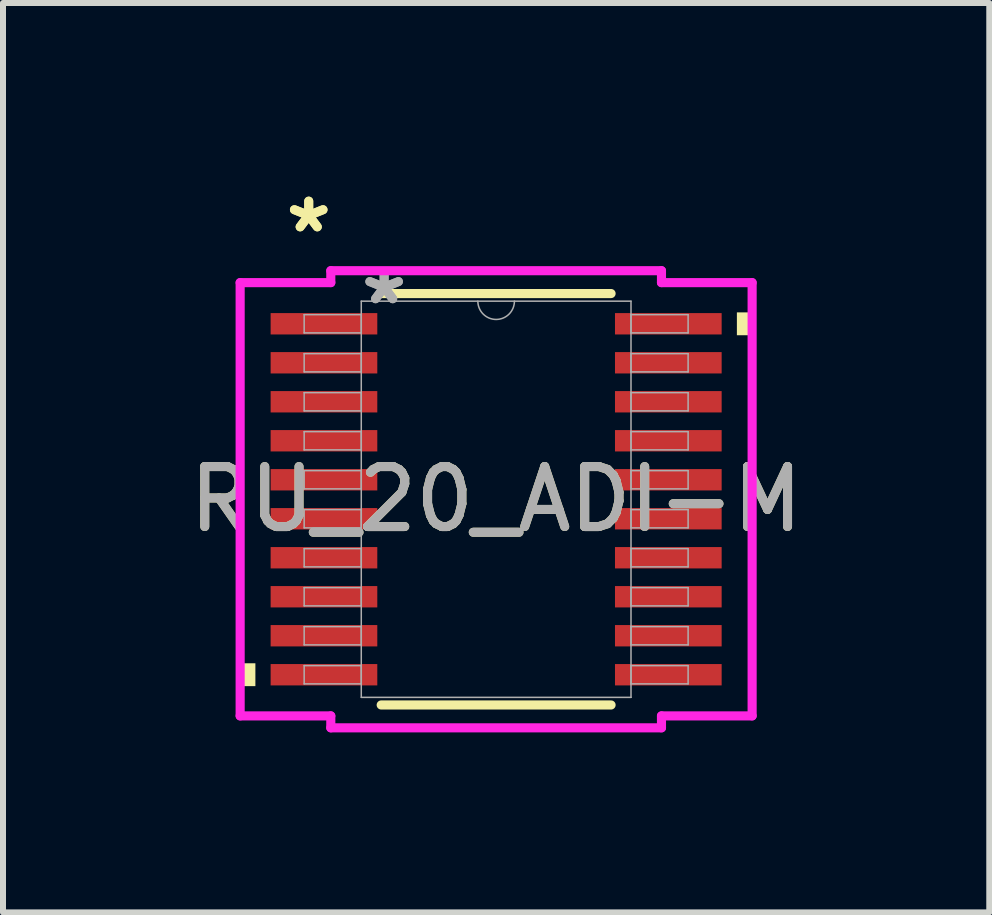
<source format=kicad_pcb>
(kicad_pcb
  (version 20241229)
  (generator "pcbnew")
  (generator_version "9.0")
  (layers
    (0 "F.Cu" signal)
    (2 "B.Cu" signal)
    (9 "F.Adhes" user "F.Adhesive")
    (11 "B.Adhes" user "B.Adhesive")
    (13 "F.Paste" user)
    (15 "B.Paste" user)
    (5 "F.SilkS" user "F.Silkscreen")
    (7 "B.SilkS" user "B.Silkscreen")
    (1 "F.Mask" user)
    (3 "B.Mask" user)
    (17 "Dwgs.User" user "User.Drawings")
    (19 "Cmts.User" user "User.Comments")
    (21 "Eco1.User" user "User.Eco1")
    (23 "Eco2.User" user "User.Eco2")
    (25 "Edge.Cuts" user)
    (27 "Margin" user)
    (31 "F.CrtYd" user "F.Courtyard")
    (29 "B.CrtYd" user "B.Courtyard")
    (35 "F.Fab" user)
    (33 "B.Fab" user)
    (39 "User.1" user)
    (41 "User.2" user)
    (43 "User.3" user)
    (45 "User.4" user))
  (footprint "RU_20_ADI-M"
    (layer "F.Cu")
    (at 5.22 5.272)
    (property "Reference" "RU_20_ADI-M" (at 0 0 0) (unlocked yes) (layer "F.SilkS") (effects (font (size 1 1) (thickness 0.15))))
    (attr smd)
    (fp_line (start -1.916 3.429) (end 1.916 3.429) (stroke (width 0.152) (type solid)) (layer "F.SilkS"))
    (fp_line (start 1.916 -3.429) (end -1.916 -3.429) (stroke (width 0.152) (type solid)) (layer "F.SilkS"))
    (fp_poly (pts (xy -4.267 2.734) (xy -4.267 3.115) (xy -4.013 3.115) (xy -4.013 2.734)) (stroke (width 0) (type solid)) (fill yes) (layer "F.SilkS"))
    (fp_poly (pts (xy 4.267 -3.115) (xy 4.267 -2.734) (xy 4.013 -2.734) (xy 4.013 -3.115)) (stroke (width 0) (type solid)) (fill yes) (layer "F.SilkS"))
    (fp_line (start -4.267 -3.611) (end -2.756 -3.611) (stroke (width 0.152) (type solid)) (layer "F.CrtYd"))
    (fp_line (start -4.267 3.611) (end -4.267 -3.611) (stroke (width 0.152) (type solid)) (layer "F.CrtYd"))
    (fp_line (start -4.267 3.611) (end -2.756 3.611) (stroke (width 0.152) (type solid)) (layer "F.CrtYd"))
    (fp_line (start -2.756 -3.81) (end 2.756 -3.81) (stroke (width 0.152) (type solid)) (layer "F.CrtYd"))
    (fp_line (start -2.756 -3.611) (end -2.756 -3.81) (stroke (width 0.152) (type solid)) (layer "F.CrtYd"))
    (fp_line (start -2.756 3.81) (end -2.756 3.611) (stroke (width 0.152) (type solid)) (layer "F.CrtYd"))
    (fp_line (start 2.756 -3.81) (end 2.756 -3.611) (stroke (width 0.152) (type solid)) (layer "F.CrtYd"))
    (fp_line (start 2.756 3.611) (end 2.756 3.81) (stroke (width 0.152) (type solid)) (layer "F.CrtYd"))
    (fp_line (start 2.756 3.81) (end -2.756 3.81) (stroke (width 0.152) (type solid)) (layer "F.CrtYd"))
    (fp_line (start 4.267 -3.611) (end 2.756 -3.611) (stroke (width 0.152) (type solid)) (layer "F.CrtYd"))
    (fp_line (start 4.267 -3.611) (end 4.267 3.611) (stroke (width 0.152) (type solid)) (layer "F.CrtYd"))
    (fp_line (start 4.267 3.611) (end 2.756 3.611) (stroke (width 0.152) (type solid)) (layer "F.CrtYd"))
    (fp_line (start -3.2 -3.077) (end -3.2 -2.773) (stroke (width 0.025) (type solid)) (layer "F.Fab"))
    (fp_line (start -3.2 -2.773) (end -2.248 -2.773) (stroke (width 0.025) (type solid)) (layer "F.Fab"))
    (fp_line (start -3.2 -2.427) (end -3.2 -2.123) (stroke (width 0.025) (type solid)) (layer "F.Fab"))
    (fp_line (start -3.2 -2.123) (end -2.248 -2.123) (stroke (width 0.025) (type solid)) (layer "F.Fab"))
    (fp_line (start -3.2 -1.777) (end -3.2 -1.473) (stroke (width 0.025) (type solid)) (layer "F.Fab"))
    (fp_line (start -3.2 -1.473) (end -2.248 -1.473) (stroke (width 0.025) (type solid)) (layer "F.Fab"))
    (fp_line (start -3.2 -1.127) (end -3.2 -0.823) (stroke (width 0.025) (type solid)) (layer "F.Fab"))
    (fp_line (start -3.2 -0.823) (end -2.248 -0.823) (stroke (width 0.025) (type solid)) (layer "F.Fab"))
    (fp_line (start -3.2 -0.477) (end -3.2 -0.173) (stroke (width 0.025) (type solid)) (layer "F.Fab"))
    (fp_line (start -3.2 -0.173) (end -2.248 -0.173) (stroke (width 0.025) (type solid)) (layer "F.Fab"))
    (fp_line (start -3.2 0.173) (end -3.2 0.477) (stroke (width 0.025) (type solid)) (layer "F.Fab"))
    (fp_line (start -3.2 0.477) (end -2.248 0.477) (stroke (width 0.025) (type solid)) (layer "F.Fab"))
    (fp_line (start -3.2 0.823) (end -3.2 1.127) (stroke (width 0.025) (type solid)) (layer "F.Fab"))
    (fp_line (start -3.2 1.127) (end -2.248 1.127) (stroke (width 0.025) (type solid)) (layer "F.Fab"))
    (fp_line (start -3.2 1.473) (end -3.2 1.777) (stroke (width 0.025) (type solid)) (layer "F.Fab"))
    (fp_line (start -3.2 1.777) (end -2.248 1.777) (stroke (width 0.025) (type solid)) (layer "F.Fab"))
    (fp_line (start -3.2 2.123) (end -3.2 2.427) (stroke (width 0.025) (type solid)) (layer "F.Fab"))
    (fp_line (start -3.2 2.427) (end -2.248 2.427) (stroke (width 0.025) (type solid)) (layer "F.Fab"))
    (fp_line (start -3.2 2.773) (end -3.2 3.077) (stroke (width 0.025) (type solid)) (layer "F.Fab"))
    (fp_line (start -3.2 3.077) (end -2.248 3.077) (stroke (width 0.025) (type solid)) (layer "F.Fab"))
    (fp_line (start -2.248 -3.302) (end -2.248 3.302) (stroke (width 0.025) (type solid)) (layer "F.Fab"))
    (fp_line (start -2.248 -3.077) (end -3.2 -3.077) (stroke (width 0.025) (type solid)) (layer "F.Fab"))
    (fp_line (start -2.248 -2.773) (end -2.248 -3.077) (stroke (width 0.025) (type solid)) (layer "F.Fab"))
    (fp_line (start -2.248 -2.427) (end -3.2 -2.427) (stroke (width 0.025) (type solid)) (layer "F.Fab"))
    (fp_line (start -2.248 -2.123) (end -2.248 -2.427) (stroke (width 0.025) (type solid)) (layer "F.Fab"))
    (fp_line (start -2.248 -1.777) (end -3.2 -1.777) (stroke (width 0.025) (type solid)) (layer "F.Fab"))
    (fp_line (start -2.248 -1.473) (end -2.248 -1.777) (stroke (width 0.025) (type solid)) (layer "F.Fab"))
    (fp_line (start -2.248 -1.127) (end -3.2 -1.127) (stroke (width 0.025) (type solid)) (layer "F.Fab"))
    (fp_line (start -2.248 -0.823) (end -2.248 -1.127) (stroke (width 0.025) (type solid)) (layer "F.Fab"))
    (fp_line (start -2.248 -0.477) (end -3.2 -0.477) (stroke (width 0.025) (type solid)) (layer "F.Fab"))
    (fp_line (start -2.248 -0.173) (end -2.248 -0.477) (stroke (width 0.025) (type solid)) (layer "F.Fab"))
    (fp_line (start -2.248 0.173) (end -3.2 0.173) (stroke (width 0.025) (type solid)) (layer "F.Fab"))
    (fp_line (start -2.248 0.477) (end -2.248 0.173) (stroke (width 0.025) (type solid)) (layer "F.Fab"))
    (fp_line (start -2.248 0.823) (end -3.2 0.823) (stroke (width 0.025) (type solid)) (layer "F.Fab"))
    (fp_line (start -2.248 1.127) (end -2.248 0.823) (stroke (width 0.025) (type solid)) (layer "F.Fab"))
    (fp_line (start -2.248 1.473) (end -3.2 1.473) (stroke (width 0.025) (type solid)) (layer "F.Fab"))
    (fp_line (start -2.248 1.777) (end -2.248 1.473) (stroke (width 0.025) (type solid)) (layer "F.Fab"))
    (fp_line (start -2.248 2.123) (end -3.2 2.123) (stroke (width 0.025) (type solid)) (layer "F.Fab"))
    (fp_line (start -2.248 2.427) (end -2.248 2.123) (stroke (width 0.025) (type solid)) (layer "F.Fab"))
    (fp_line (start -2.248 2.773) (end -3.2 2.773) (stroke (width 0.025) (type solid)) (layer "F.Fab"))
    (fp_line (start -2.248 3.077) (end -2.248 2.773) (stroke (width 0.025) (type solid)) (layer "F.Fab"))
    (fp_line (start -2.248 3.302) (end 2.248 3.302) (stroke (width 0.025) (type solid)) (layer "F.Fab"))
    (fp_line (start 2.248 -3.302) (end -2.248 -3.302) (stroke (width 0.025) (type solid)) (layer "F.Fab"))
    (fp_line (start 2.248 -3.077) (end 2.248 -2.773) (stroke (width 0.025) (type solid)) (layer "F.Fab"))
    (fp_line (start 2.248 -2.773) (end 3.2 -2.773) (stroke (width 0.025) (type solid)) (layer "F.Fab"))
    (fp_line (start 2.248 -2.427) (end 2.248 -2.123) (stroke (width 0.025) (type solid)) (layer "F.Fab"))
    (fp_line (start 2.248 -2.123) (end 3.2 -2.123) (stroke (width 0.025) (type solid)) (layer "F.Fab"))
    (fp_line (start 2.248 -1.777) (end 2.248 -1.473) (stroke (width 0.025) (type solid)) (layer "F.Fab"))
    (fp_line (start 2.248 -1.473) (end 3.2 -1.473) (stroke (width 0.025) (type solid)) (layer "F.Fab"))
    (fp_line (start 2.248 -1.127) (end 2.248 -0.823) (stroke (width 0.025) (type solid)) (layer "F.Fab"))
    (fp_line (start 2.248 -0.823) (end 3.2 -0.823) (stroke (width 0.025) (type solid)) (layer "F.Fab"))
    (fp_line (start 2.248 -0.477) (end 2.248 -0.173) (stroke (width 0.025) (type solid)) (layer "F.Fab"))
    (fp_line (start 2.248 -0.173) (end 3.2 -0.173) (stroke (width 0.025) (type solid)) (layer "F.Fab"))
    (fp_line (start 2.248 0.173) (end 2.248 0.477) (stroke (width 0.025) (type solid)) (layer "F.Fab"))
    (fp_line (start 2.248 0.477) (end 3.2 0.477) (stroke (width 0.025) (type solid)) (layer "F.Fab"))
    (fp_line (start 2.248 0.823) (end 2.248 1.127) (stroke (width 0.025) (type solid)) (layer "F.Fab"))
    (fp_line (start 2.248 1.127) (end 3.2 1.127) (stroke (width 0.025) (type solid)) (layer "F.Fab"))
    (fp_line (start 2.248 1.473) (end 2.248 1.777) (stroke (width 0.025) (type solid)) (layer "F.Fab"))
    (fp_line (start 2.248 1.777) (end 3.2 1.777) (stroke (width 0.025) (type solid)) (layer "F.Fab"))
    (fp_line (start 2.248 2.123) (end 2.248 2.427) (stroke (width 0.025) (type solid)) (layer "F.Fab"))
    (fp_line (start 2.248 2.427) (end 3.2 2.427) (stroke (width 0.025) (type solid)) (layer "F.Fab"))
    (fp_line (start 2.248 2.773) (end 2.248 3.077) (stroke (width 0.025) (type solid)) (layer "F.Fab"))
    (fp_line (start 2.248 3.077) (end 3.2 3.077) (stroke (width 0.025) (type solid)) (layer "F.Fab"))
    (fp_line (start 2.248 3.302) (end 2.248 -3.302) (stroke (width 0.025) (type solid)) (layer "F.Fab"))
    (fp_line (start 3.2 -3.077) (end 2.248 -3.077) (stroke (width 0.025) (type solid)) (layer "F.Fab"))
    (fp_line (start 3.2 -2.773) (end 3.2 -3.077) (stroke (width 0.025) (type solid)) (layer "F.Fab"))
    (fp_line (start 3.2 -2.427) (end 2.248 -2.427) (stroke (width 0.025) (type solid)) (layer "F.Fab"))
    (fp_line (start 3.2 -2.123) (end 3.2 -2.427) (stroke (width 0.025) (type solid)) (layer "F.Fab"))
    (fp_line (start 3.2 -1.777) (end 2.248 -1.777) (stroke (width 0.025) (type solid)) (layer "F.Fab"))
    (fp_line (start 3.2 -1.473) (end 3.2 -1.777) (stroke (width 0.025) (type solid)) (layer "F.Fab"))
    (fp_line (start 3.2 -1.127) (end 2.248 -1.127) (stroke (width 0.025) (type solid)) (layer "F.Fab"))
    (fp_line (start 3.2 -0.823) (end 3.2 -1.127) (stroke (width 0.025) (type solid)) (layer "F.Fab"))
    (fp_line (start 3.2 -0.477) (end 2.248 -0.477) (stroke (width 0.025) (type solid)) (layer "F.Fab"))
    (fp_line (start 3.2 -0.173) (end 3.2 -0.477) (stroke (width 0.025) (type solid)) (layer "F.Fab"))
    (fp_line (start 3.2 0.173) (end 2.248 0.173) (stroke (width 0.025) (type solid)) (layer "F.Fab"))
    (fp_line (start 3.2 0.477) (end 3.2 0.173) (stroke (width 0.025) (type solid)) (layer "F.Fab"))
    (fp_line (start 3.2 0.823) (end 2.248 0.823) (stroke (width 0.025) (type solid)) (layer "F.Fab"))
    (fp_line (start 3.2 1.127) (end 3.2 0.823) (stroke (width 0.025) (type solid)) (layer "F.Fab"))
    (fp_line (start 3.2 1.473) (end 2.248 1.473) (stroke (width 0.025) (type solid)) (layer "F.Fab"))
    (fp_line (start 3.2 1.777) (end 3.2 1.473) (stroke (width 0.025) (type solid)) (layer "F.Fab"))
    (fp_line (start 3.2 2.123) (end 2.248 2.123) (stroke (width 0.025) (type solid)) (layer "F.Fab"))
    (fp_line (start 3.2 2.427) (end 3.2 2.123) (stroke (width 0.025) (type solid)) (layer "F.Fab"))
    (fp_line (start 3.2 2.773) (end 2.248 2.773) (stroke (width 0.025) (type solid)) (layer "F.Fab"))
    (fp_line (start 3.2 3.077) (end 3.2 2.773) (stroke (width 0.025) (type solid)) (layer "F.Fab"))
    (fp_arc (start 0.3048 -3.302) (mid 0 -2.9972) (end -0.3048 -3.302) (stroke (width 0.0254) (type solid)) (layer "F.Fab"))
    (fp_text user "*" (at -3.124 -4.424 0) (layer "F.SilkS") (effects (font (size 1 1) (thickness 0.15))))
    (fp_text user "*" (at -3.124 -4.424 0) (unlocked yes) (layer "F.SilkS") (effects (font (size 1 1) (thickness 0.15))))
    (fp_text user "*" (at -1.867 -3.226 0) (layer "F.Fab") (effects (font (size 1 1) (thickness 0.15))))
    (fp_text user "${REFERENCE}" (at 0 0 0) (unlocked yes) (layer "F.Fab") (effects (font (size 1 1) (thickness 0.15))))
    (fp_text user "*" (at -1.867 -3.226 0) (unlocked yes) (layer "F.Fab") (effects (font (size 1 1) (thickness 0.15))))
    (pad "1" smd rect (at -2.87 -2.925) (size 1.778 0.356) (layers "F.Cu" "F.Mask" "F.Paste"))
    (pad "2" smd rect (at -2.87 -2.275) (size 1.778 0.356) (layers "F.Cu" "F.Mask" "F.Paste"))
    (pad "3" smd rect (at -2.87 -1.625) (size 1.778 0.356) (layers "F.Cu" "F.Mask" "F.Paste"))
    (pad "4" smd rect (at -2.87 -0.975) (size 1.778 0.356) (layers "F.Cu" "F.Mask" "F.Paste"))
    (pad "5" smd rect (at -2.87 -0.325) (size 1.778 0.356) (layers "F.Cu" "F.Mask" "F.Paste"))
    (pad "6" smd rect (at -2.87 0.325) (size 1.778 0.356) (layers "F.Cu" "F.Mask" "F.Paste"))
    (pad "7" smd rect (at -2.87 0.975) (size 1.778 0.356) (layers "F.Cu" "F.Mask" "F.Paste"))
    (pad "8" smd rect (at -2.87 1.625) (size 1.778 0.356) (layers "F.Cu" "F.Mask" "F.Paste"))
    (pad "9" smd rect (at -2.87 2.275) (size 1.778 0.356) (layers "F.Cu" "F.Mask" "F.Paste"))
    (pad "10" smd rect (at -2.87 2.925) (size 1.778 0.356) (layers "F.Cu" "F.Mask" "F.Paste"))
    (pad "11" smd rect (at 2.87 2.925) (size 1.778 0.356) (layers "F.Cu" "F.Mask" "F.Paste"))
    (pad "12" smd rect (at 2.87 2.275) (size 1.778 0.356) (layers "F.Cu" "F.Mask" "F.Paste"))
    (pad "13" smd rect (at 2.87 1.625) (size 1.778 0.356) (layers "F.Cu" "F.Mask" "F.Paste"))
    (pad "14" smd rect (at 2.87 0.975) (size 1.778 0.356) (layers "F.Cu" "F.Mask" "F.Paste"))
    (pad "15" smd rect (at 2.87 0.325) (size 1.778 0.356) (layers "F.Cu" "F.Mask" "F.Paste"))
    (pad "16" smd rect (at 2.87 -0.325) (size 1.778 0.356) (layers "F.Cu" "F.Mask" "F.Paste"))
    (pad "17" smd rect (at 2.87 -0.975) (size 1.778 0.356) (layers "F.Cu" "F.Mask" "F.Paste"))
    (pad "18" smd rect (at 2.87 -1.625) (size 1.778 0.356) (layers "F.Cu" "F.Mask" "F.Paste"))
    (pad "19" smd rect (at 2.87 -2.275) (size 1.778 0.356) (layers "F.Cu" "F.Mask" "F.Paste"))
    (pad "20" smd rect (at 2.87 -2.925) (size 1.778 0.356) (layers "F.Cu" "F.Mask" "F.Paste")))
  (gr_rect
    (start -3 -3)
    (end 13.44 12.158)
    (stroke (width 0.1) (type default))
    (fill no)
    (layer "Edge.Cuts")))
</source>
